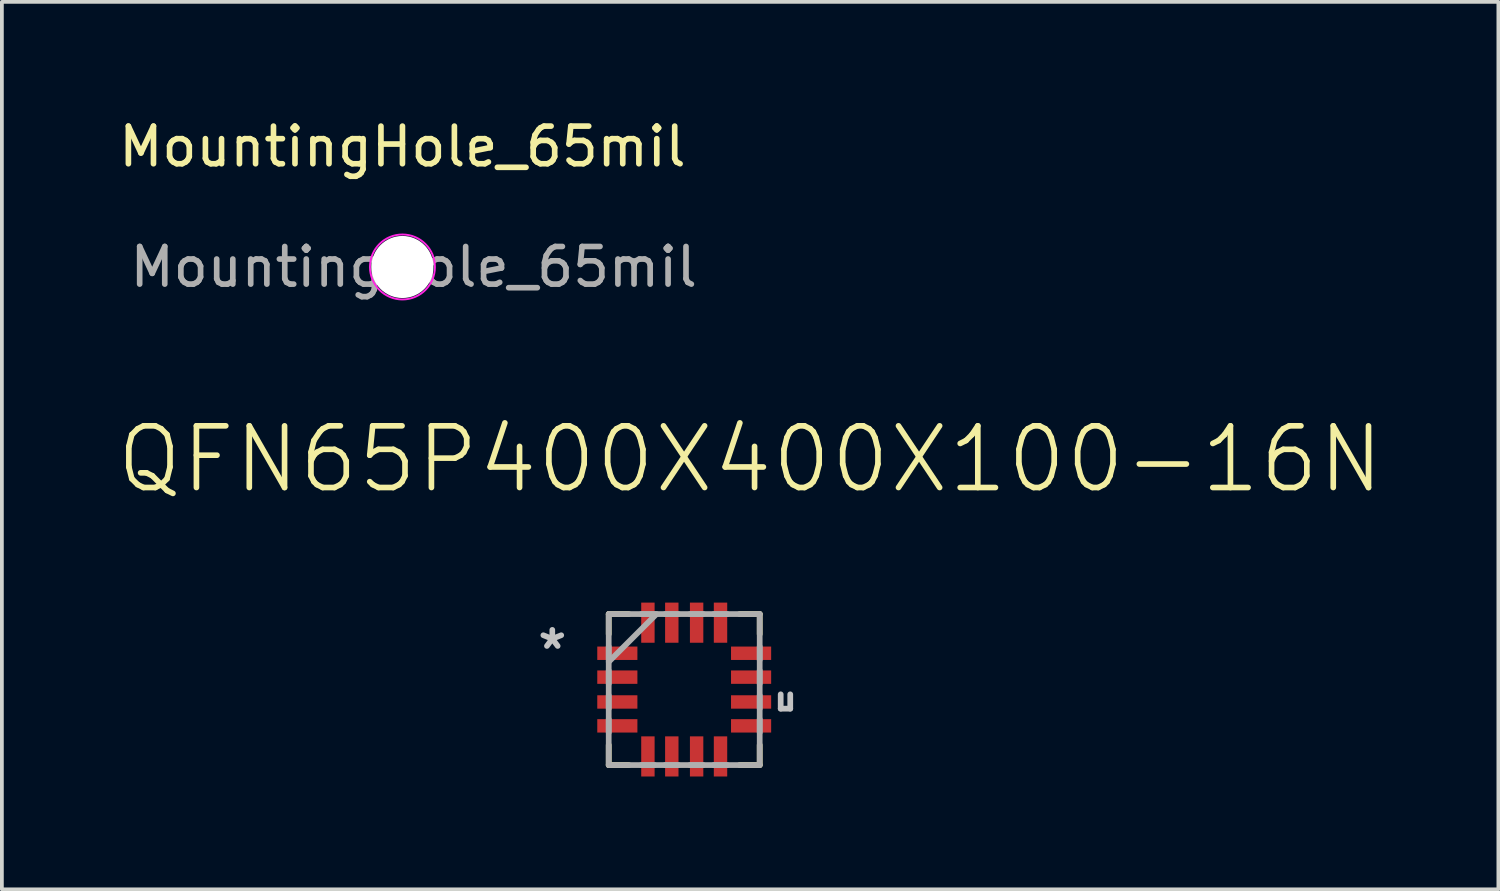
<source format=kicad_pcb>
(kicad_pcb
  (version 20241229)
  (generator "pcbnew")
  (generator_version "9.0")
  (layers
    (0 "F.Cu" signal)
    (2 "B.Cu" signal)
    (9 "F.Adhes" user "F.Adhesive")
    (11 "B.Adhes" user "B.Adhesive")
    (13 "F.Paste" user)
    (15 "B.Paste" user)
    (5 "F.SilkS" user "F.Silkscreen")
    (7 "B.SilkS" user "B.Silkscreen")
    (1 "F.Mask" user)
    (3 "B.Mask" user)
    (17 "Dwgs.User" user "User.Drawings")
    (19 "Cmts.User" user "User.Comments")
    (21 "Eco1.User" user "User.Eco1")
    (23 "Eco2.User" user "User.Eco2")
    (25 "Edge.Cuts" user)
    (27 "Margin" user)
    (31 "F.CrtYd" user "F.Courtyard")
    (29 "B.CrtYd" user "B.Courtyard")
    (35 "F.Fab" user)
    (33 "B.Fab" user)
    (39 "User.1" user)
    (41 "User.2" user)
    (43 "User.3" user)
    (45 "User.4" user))
  (footprint "QFN65P400X400X100-16N"
    (layer "F.Cu")
    (at 15.14 15.282)
    (property "Reference" "QFN65P400X400X100-16N" (at 1.753 -6.122 0) (layer "F.SilkS") (effects (font (size 1.64 1.64) (thickness 0.15))))
    (attr smd)
    (fp_line (start -2.007 -2.007) (end -2.007 -1.473) (stroke (width 0.152) (type solid)) (layer "F.SilkS"))
    (fp_line (start -2.007 1.473) (end -2.007 2.007) (stroke (width 0.152) (type solid)) (layer "F.SilkS"))
    (fp_line (start -2.007 2.007) (end -1.473 2.007) (stroke (width 0.152) (type solid)) (layer "F.SilkS"))
    (fp_line (start -1.473 -2.007) (end -2.007 -2.007) (stroke (width 0.152) (type solid)) (layer "F.SilkS"))
    (fp_line (start 1.473 2.007) (end 2.007 2.007) (stroke (width 0.152) (type solid)) (layer "F.SilkS"))
    (fp_line (start 2.007 -2.007) (end 1.473 -2.007) (stroke (width 0.152) (type solid)) (layer "F.SilkS"))
    (fp_line (start 2.007 -1.473) (end 2.007 -2.007) (stroke (width 0.152) (type solid)) (layer "F.SilkS"))
    (fp_line (start 2.007 2.007) (end 2.007 1.473) (stroke (width 0.152) (type solid)) (layer "F.SilkS"))
    (fp_line (start 2.565 0.508) (end 2.565 0.127) (stroke (width 0.152) (type solid)) (layer "Dwgs.User"))
    (fp_line (start 2.819 0.127) (end 2.819 0.508) (stroke (width 0.152) (type solid)) (layer "Dwgs.User"))
    (fp_line (start 2.819 0.508) (end 2.565 0.508) (stroke (width 0.152) (type solid)) (layer "Dwgs.User"))
    (fp_line (start -2.007 -2.007) (end -2.007 2.007) (stroke (width 0.152) (type solid)) (layer "F.Fab"))
    (fp_line (start -2.007 -1.143) (end -2.007 -0.787) (stroke (width 0.152) (type solid)) (layer "F.Fab"))
    (fp_line (start -2.007 -0.737) (end -0.737 -2.007) (stroke (width 0.152) (type solid)) (layer "F.Fab"))
    (fp_line (start -2.007 -0.508) (end -2.007 -0.152) (stroke (width 0.152) (type solid)) (layer "F.Fab"))
    (fp_line (start -2.007 0.152) (end -2.007 0.508) (stroke (width 0.152) (type solid)) (layer "F.Fab"))
    (fp_line (start -2.007 0.787) (end -2.007 1.143) (stroke (width 0.152) (type solid)) (layer "F.Fab"))
    (fp_line (start -2.007 2.007) (end 2.007 2.007) (stroke (width 0.152) (type solid)) (layer "F.Fab"))
    (fp_line (start -1.143 2.007) (end -0.787 2.007) (stroke (width 0.152) (type solid)) (layer "F.Fab"))
    (fp_line (start -0.787 -2.007) (end -1.143 -2.007) (stroke (width 0.152) (type solid)) (layer "F.Fab"))
    (fp_line (start -0.508 2.007) (end -0.152 2.007) (stroke (width 0.152) (type solid)) (layer "F.Fab"))
    (fp_line (start -0.152 -2.007) (end -0.508 -2.007) (stroke (width 0.152) (type solid)) (layer "F.Fab"))
    (fp_line (start 0.152 2.007) (end 0.508 2.007) (stroke (width 0.152) (type solid)) (layer "F.Fab"))
    (fp_line (start 0.508 -2.007) (end 0.152 -2.007) (stroke (width 0.152) (type solid)) (layer "F.Fab"))
    (fp_line (start 0.787 2.007) (end 1.143 2.007) (stroke (width 0.152) (type solid)) (layer "F.Fab"))
    (fp_line (start 1.143 -2.007) (end 0.787 -2.007) (stroke (width 0.152) (type solid)) (layer "F.Fab"))
    (fp_line (start 2.007 -2.007) (end -2.007 -2.007) (stroke (width 0.152) (type solid)) (layer "F.Fab"))
    (fp_line (start 2.007 -0.787) (end 2.007 -1.143) (stroke (width 0.152) (type solid)) (layer "F.Fab"))
    (fp_line (start 2.007 -0.152) (end 2.007 -0.508) (stroke (width 0.152) (type solid)) (layer "F.Fab"))
    (fp_line (start 2.007 0.508) (end 2.007 0.152) (stroke (width 0.152) (type solid)) (layer "F.Fab"))
    (fp_line (start 2.007 1.143) (end 2.007 0.787) (stroke (width 0.152) (type solid)) (layer "F.Fab"))
    (fp_line (start 2.007 2.007) (end 2.007 -2.007) (stroke (width 0.152) (type solid)) (layer "F.Fab"))
    (fp_text user "*" (at -3.507 -1.042 0) (layer "Dwgs.User") (effects (font (size 1 1) (thickness 0.15))))
    (pad "1" smd rect (at -1.778 -0.965) (size 1.067 0.356) (layers "F.Cu" "F.Mask" "F.Paste"))
    (pad "2" smd rect (at -1.778 -0.33) (size 1.067 0.356) (layers "F.Cu" "F.Mask" "F.Paste"))
    (pad "3" smd rect (at -1.778 0.33) (size 1.067 0.356) (layers "F.Cu" "F.Mask" "F.Paste"))
    (pad "4" smd rect (at -1.778 0.965) (size 1.067 0.356) (layers "F.Cu" "F.Mask" "F.Paste"))
    (pad "5" smd rect (at -0.965 1.778) (size 0.356 1.067) (layers "F.Cu" "F.Mask" "F.Paste"))
    (pad "6" smd rect (at -0.33 1.778) (size 0.356 1.067) (layers "F.Cu" "F.Mask" "F.Paste"))
    (pad "7" smd rect (at 0.33 1.778) (size 0.356 1.067) (layers "F.Cu" "F.Mask" "F.Paste"))
    (pad "8" smd rect (at 0.965 1.778) (size 0.356 1.067) (layers "F.Cu" "F.Mask" "F.Paste"))
    (pad "9" smd rect (at 1.778 0.965) (size 1.067 0.356) (layers "F.Cu" "F.Mask" "F.Paste"))
    (pad "10" smd rect (at 1.778 0.33) (size 1.067 0.356) (layers "F.Cu" "F.Mask" "F.Paste"))
    (pad "11" smd rect (at 1.778 -0.33) (size 1.067 0.356) (layers "F.Cu" "F.Mask" "F.Paste"))
    (pad "12" smd rect (at 1.778 -0.965) (size 1.067 0.356) (layers "F.Cu" "F.Mask" "F.Paste"))
    (pad "13" smd rect (at 0.965 -1.778) (size 0.356 1.067) (layers "F.Cu" "F.Mask" "F.Paste"))
    (pad "14" smd rect (at 0.33 -1.778) (size 0.356 1.067) (layers "F.Cu" "F.Mask" "F.Paste"))
    (pad "15" smd rect (at -0.33 -1.778) (size 0.356 1.067) (layers "F.Cu" "F.Mask" "F.Paste"))
    (pad "16" smd rect (at -0.965 -1.778) (size 0.356 1.067) (layers "F.Cu" "F.Mask" "F.Paste")))
  (footprint "MountingHole_65mil"
    (layer "F.Cu")
    (at 7.649 4.048)
    (property "Reference" "MountingHole_65mil" (at 0 -3.2 0) (layer "F.SilkS") (effects (font (size 1 1) (thickness 0.15))))
    (attr exclude_from_pos_files exclude_from_bom)
    (fp_circle (center 0 0) (end 0.864 0) (stroke (width 0.05) (type solid)) (fill no) (layer "F.CrtYd"))
    (fp_text user "${REFERENCE}" (at 0.3 0 0) (layer "F.Fab") (effects (font (size 1 1) (thickness 0.15))))
    (pad "" np_thru_hole circle (at 0 0) (size 1.651 1.651) (drill 1.651) (layers "*.Cu" "*.Mask")))
  (gr_rect
    (start -3 -3)
    (end 36.785 20.593)
    (stroke (width 0.1) (type default))
    (fill no)
    (layer "Edge.Cuts")))
</source>
